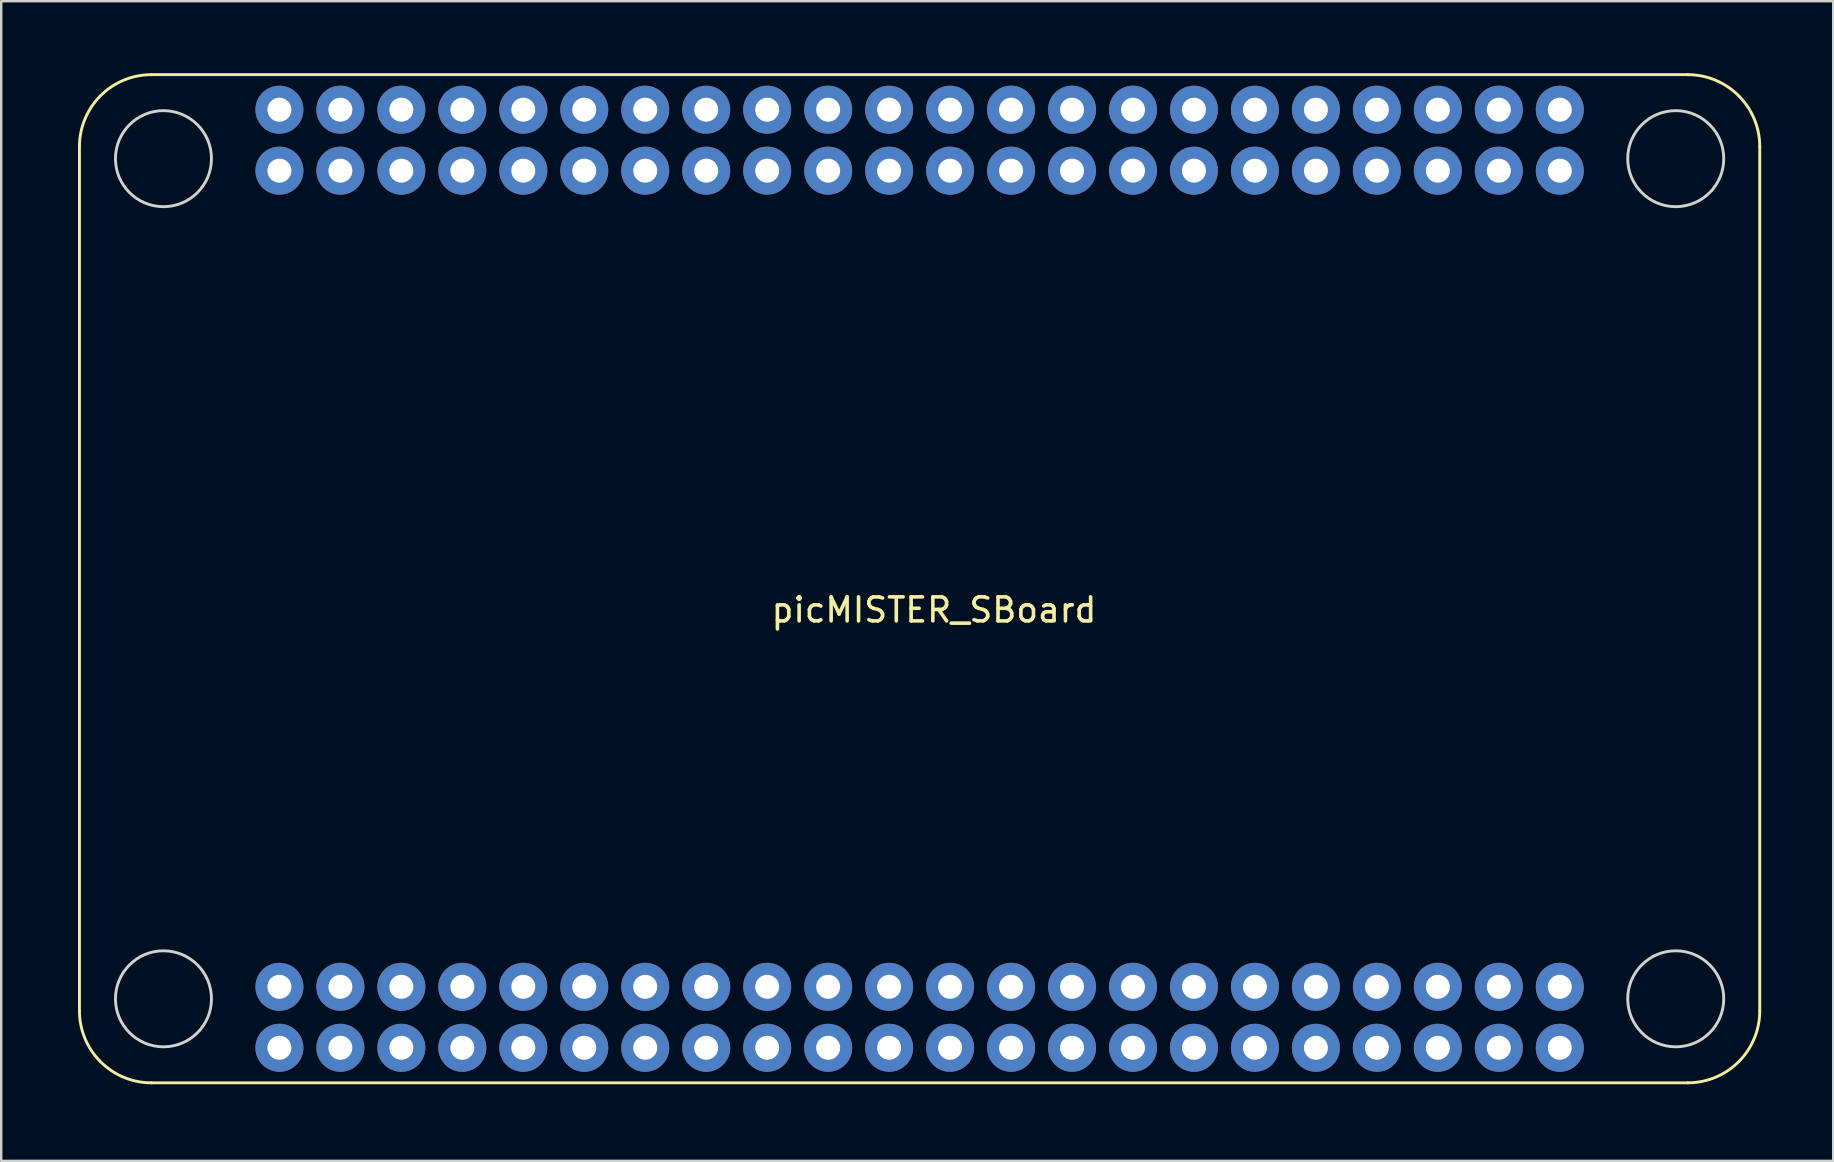
<source format=kicad_pcb>
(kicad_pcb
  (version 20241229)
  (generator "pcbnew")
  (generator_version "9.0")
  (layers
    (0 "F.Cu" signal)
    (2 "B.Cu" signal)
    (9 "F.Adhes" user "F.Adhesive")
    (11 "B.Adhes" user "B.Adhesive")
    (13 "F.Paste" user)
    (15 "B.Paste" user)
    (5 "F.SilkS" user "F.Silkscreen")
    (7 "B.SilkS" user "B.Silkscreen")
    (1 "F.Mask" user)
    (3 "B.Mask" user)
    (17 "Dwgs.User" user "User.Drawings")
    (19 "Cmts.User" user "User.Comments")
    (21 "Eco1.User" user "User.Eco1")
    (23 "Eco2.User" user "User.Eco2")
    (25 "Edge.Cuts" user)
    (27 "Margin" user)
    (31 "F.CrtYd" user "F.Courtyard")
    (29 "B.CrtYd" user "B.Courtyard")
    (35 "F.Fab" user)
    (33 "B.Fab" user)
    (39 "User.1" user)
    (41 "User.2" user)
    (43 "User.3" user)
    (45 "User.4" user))
  (footprint "picMISTER_SBoard"
    (layer "F.Cu")
    (at 0.25 42.06)
    (property "Reference" "picMISTER_SBoard" (at 35.61 -19.7 0) (layer "F.SilkS") (effects (font (size 1 1) (thickness 0.15))))
    (attr through_hole)
    (fp_line (start 0.01 -3) (end 0.01 -39) (stroke (width 0.12) (type solid)) (layer "F.SilkS"))
    (fp_line (start 3.01 -42) (end 67.01 -42) (stroke (width 0.12) (type solid)) (layer "F.SilkS"))
    (fp_line (start 67.01 0) (end 3.01 0) (stroke (width 0.12) (type solid)) (layer "F.SilkS"))
    (fp_line (start 70.01 -39) (end 70.01 -3) (stroke (width 0.12) (type solid)) (layer "F.SilkS"))
    (fp_arc (start 0.01 -39) (mid 0.88868 -41.12132) (end 3.01 -42) (stroke (width 0.12) (type solid)) (layer "F.SilkS"))
    (fp_arc (start 3.01 0) (mid 0.88868 -0.87868) (end 0.01 -3) (stroke (width 0.12) (type solid)) (layer "F.SilkS"))
    (fp_arc (start 67.01 -42) (mid 69.13132 -41.12132) (end 70.01 -39) (stroke (width 0.12) (type solid)) (layer "F.SilkS"))
    (fp_arc (start 70.01 -3) (mid 69.13132 -0.87868) (end 67.01 0) (stroke (width 0.12) (type solid)) (layer "F.SilkS"))
    (fp_circle (center 3.51 -38.5) (end 5.51 -38.5) (stroke (width 0.12) (type solid)) (fill no) (layer "Edge.Cuts"))
    (fp_circle (center 3.51 -3.5) (end 5.51 -3.5) (stroke (width 0.12) (type solid)) (fill no) (layer "Edge.Cuts"))
    (fp_circle (center 66.51 -38.5) (end 68.51 -38.5) (stroke (width 0.12) (type solid)) (fill no) (layer "Edge.Cuts"))
    (fp_circle (center 66.51 -3.5) (end 68.51 -3.5) (stroke (width 0.12) (type solid)) (fill no) (layer "Edge.Cuts"))
    (pad "1" thru_hole circle (at 8.34 -4) (size 2 2) (drill 1) (layers "*.Cu" "*.Mask"))
    (pad "1" thru_hole circle (at 8.34 -1.46) (size 2 2) (drill 1) (layers "*.Cu" "*.Mask"))
    (pad "2" thru_hole circle (at 10.88 -4) (size 2 2) (drill 1) (layers "*.Cu" "*.Mask"))
    (pad "2" thru_hole circle (at 10.88 -1.46) (size 2 2) (drill 1) (layers "*.Cu" "*.Mask"))
    (pad "3" thru_hole circle (at 13.42 -4) (size 2 2) (drill 1) (layers "*.Cu" "*.Mask"))
    (pad "3" thru_hole circle (at 13.42 -1.46) (size 2 2) (drill 1) (layers "*.Cu" "*.Mask"))
    (pad "4" thru_hole circle (at 15.96 -4) (size 2 2) (drill 1) (layers "*.Cu" "*.Mask"))
    (pad "4" thru_hole circle (at 15.96 -1.46) (size 2 2) (drill 1) (layers "*.Cu" "*.Mask"))
    (pad "5" thru_hole circle (at 18.5 -4) (size 2 2) (drill 1) (layers "*.Cu" "*.Mask"))
    (pad "5" thru_hole circle (at 18.5 -1.46) (size 2 2) (drill 1) (layers "*.Cu" "*.Mask"))
    (pad "6" thru_hole circle (at 21.04 -4) (size 2 2) (drill 1) (layers "*.Cu" "*.Mask"))
    (pad "6" thru_hole circle (at 21.04 -1.46) (size 2 2) (drill 1) (layers "*.Cu" "*.Mask"))
    (pad "7" thru_hole circle (at 23.58 -4) (size 2 2) (drill 1) (layers "*.Cu" "*.Mask"))
    (pad "7" thru_hole circle (at 23.58 -1.46) (size 2 2) (drill 1) (layers "*.Cu" "*.Mask"))
    (pad "8" thru_hole circle (at 26.12 -4) (size 2 2) (drill 1) (layers "*.Cu" "*.Mask"))
    (pad "8" thru_hole circle (at 26.12 -1.46) (size 2 2) (drill 1) (layers "*.Cu" "*.Mask"))
    (pad "9" thru_hole circle (at 28.66 -4) (size 2 2) (drill 1) (layers "*.Cu" "*.Mask"))
    (pad "9" thru_hole circle (at 28.66 -1.46) (size 2 2) (drill 1) (layers "*.Cu" "*.Mask"))
    (pad "10" thru_hole circle (at 31.2 -4) (size 2 2) (drill 1) (layers "*.Cu" "*.Mask"))
    (pad "10" thru_hole circle (at 31.2 -1.46) (size 2 2) (drill 1) (layers "*.Cu" "*.Mask"))
    (pad "11" thru_hole circle (at 33.74 -4) (size 2 2) (drill 1) (layers "*.Cu" "*.Mask"))
    (pad "11" thru_hole circle (at 33.74 -1.46) (size 2 2) (drill 1) (layers "*.Cu" "*.Mask"))
    (pad "12" thru_hole circle (at 36.28 -4) (size 2 2) (drill 1) (layers "*.Cu" "*.Mask"))
    (pad "12" thru_hole circle (at 36.28 -1.46) (size 2 2) (drill 1) (layers "*.Cu" "*.Mask"))
    (pad "13" thru_hole circle (at 38.82 -4) (size 2 2) (drill 1) (layers "*.Cu" "*.Mask"))
    (pad "13" thru_hole circle (at 38.82 -1.46) (size 2 2) (drill 1) (layers "*.Cu" "*.Mask"))
    (pad "14" thru_hole circle (at 41.36 -4) (size 2 2) (drill 1) (layers "*.Cu" "*.Mask"))
    (pad "14" thru_hole circle (at 41.36 -1.46) (size 2 2) (drill 1) (layers "*.Cu" "*.Mask"))
    (pad "15" thru_hole circle (at 43.9 -4) (size 2 2) (drill 1) (layers "*.Cu" "*.Mask"))
    (pad "15" thru_hole circle (at 43.9 -1.46) (size 2 2) (drill 1) (layers "*.Cu" "*.Mask"))
    (pad "16" thru_hole circle (at 46.44 -4) (size 2 2) (drill 1) (layers "*.Cu" "*.Mask"))
    (pad "16" thru_hole circle (at 46.44 -1.46) (size 2 2) (drill 1) (layers "*.Cu" "*.Mask"))
    (pad "17" thru_hole circle (at 48.98 -4) (size 2 2) (drill 1) (layers "*.Cu" "*.Mask"))
    (pad "17" thru_hole circle (at 48.98 -1.46) (size 2 2) (drill 1) (layers "*.Cu" "*.Mask"))
    (pad "18" thru_hole circle (at 51.52 -4) (size 2 2) (drill 1) (layers "*.Cu" "*.Mask"))
    (pad "18" thru_hole circle (at 51.52 -1.46) (size 2 2) (drill 1) (layers "*.Cu" "*.Mask"))
    (pad "19" thru_hole circle (at 54.06 -4) (size 2 2) (drill 1) (layers "*.Cu" "*.Mask"))
    (pad "19" thru_hole circle (at 54.06 -1.46) (size 2 2) (drill 1) (layers "*.Cu" "*.Mask"))
    (pad "20" thru_hole circle (at 56.6 -4) (size 2 2) (drill 1) (layers "*.Cu" "*.Mask"))
    (pad "20" thru_hole circle (at 56.6 -1.46) (size 2 2) (drill 1) (layers "*.Cu" "*.Mask"))
    (pad "21" thru_hole circle (at 59.14 -4) (size 2 2) (drill 1) (layers "*.Cu" "*.Mask"))
    (pad "21" thru_hole circle (at 59.14 -1.46) (size 2 2) (drill 1) (layers "*.Cu" "*.Mask"))
    (pad "22" thru_hole circle (at 61.68 -4) (size 2 2) (drill 1) (layers "*.Cu" "*.Mask"))
    (pad "22" thru_hole circle (at 61.68 -1.46) (size 2 2) (drill 1) (layers "*.Cu" "*.Mask"))
    (pad "23" thru_hole circle (at 61.68 -40.54) (size 2 2) (drill 1) (layers "*.Cu" "*.Mask"))
    (pad "23" thru_hole circle (at 61.68 -38) (size 2 2) (drill 1) (layers "*.Cu" "*.Mask"))
    (pad "24" thru_hole circle (at 59.14 -40.54) (size 2 2) (drill 1) (layers "*.Cu" "*.Mask"))
    (pad "24" thru_hole circle (at 59.14 -38) (size 2 2) (drill 1) (layers "*.Cu" "*.Mask"))
    (pad "25" thru_hole circle (at 56.6 -40.54) (size 2 2) (drill 1) (layers "*.Cu" "*.Mask"))
    (pad "25" thru_hole circle (at 56.6 -38) (size 2 2) (drill 1) (layers "*.Cu" "*.Mask"))
    (pad "26" thru_hole circle (at 54.06 -40.54) (size 2 2) (drill 1) (layers "*.Cu" "*.Mask"))
    (pad "26" thru_hole circle (at 54.06 -38) (size 2 2) (drill 1) (layers "*.Cu" "*.Mask"))
    (pad "27" thru_hole circle (at 51.52 -40.54) (size 2 2) (drill 1) (layers "*.Cu" "*.Mask"))
    (pad "27" thru_hole circle (at 51.52 -38) (size 2 2) (drill 1) (layers "*.Cu" "*.Mask"))
    (pad "28" thru_hole circle (at 48.98 -40.54) (size 2 2) (drill 1) (layers "*.Cu" "*.Mask"))
    (pad "28" thru_hole circle (at 48.98 -38) (size 2 2) (drill 1) (layers "*.Cu" "*.Mask"))
    (pad "29" thru_hole circle (at 46.44 -40.54) (size 2 2) (drill 1) (layers "*.Cu" "*.Mask"))
    (pad "29" thru_hole circle (at 46.44 -38) (size 2 2) (drill 1) (layers "*.Cu" "*.Mask"))
    (pad "30" thru_hole circle (at 43.9 -40.54) (size 2 2) (drill 1) (layers "*.Cu" "*.Mask"))
    (pad "30" thru_hole circle (at 43.9 -38) (size 2 2) (drill 1) (layers "*.Cu" "*.Mask"))
    (pad "31" thru_hole circle (at 41.36 -40.54) (size 2 2) (drill 1) (layers "*.Cu" "*.Mask"))
    (pad "31" thru_hole circle (at 41.36 -38) (size 2 2) (drill 1) (layers "*.Cu" "*.Mask"))
    (pad "32" thru_hole circle (at 38.82 -40.54) (size 2 2) (drill 1) (layers "*.Cu" "*.Mask"))
    (pad "32" thru_hole circle (at 38.82 -38) (size 2 2) (drill 1) (layers "*.Cu" "*.Mask"))
    (pad "33" thru_hole circle (at 36.28 -40.54) (size 2 2) (drill 1) (layers "*.Cu" "*.Mask"))
    (pad "33" thru_hole circle (at 36.28 -38) (size 2 2) (drill 1) (layers "*.Cu" "*.Mask"))
    (pad "34" thru_hole circle (at 33.74 -40.54) (size 2 2) (drill 1) (layers "*.Cu" "*.Mask"))
    (pad "34" thru_hole circle (at 33.74 -38) (size 2 2) (drill 1) (layers "*.Cu" "*.Mask"))
    (pad "35" thru_hole circle (at 31.2 -40.54) (size 2 2) (drill 1) (layers "*.Cu" "*.Mask"))
    (pad "35" thru_hole circle (at 31.2 -38) (size 2 2) (drill 1) (layers "*.Cu" "*.Mask"))
    (pad "36" thru_hole circle (at 28.66 -40.54) (size 2 2) (drill 1) (layers "*.Cu" "*.Mask"))
    (pad "36" thru_hole circle (at 28.66 -38) (size 2 2) (drill 1) (layers "*.Cu" "*.Mask"))
    (pad "37" thru_hole circle (at 26.12 -40.54) (size 2 2) (drill 1) (layers "*.Cu" "*.Mask"))
    (pad "37" thru_hole circle (at 26.12 -38) (size 2 2) (drill 1) (layers "*.Cu" "*.Mask"))
    (pad "38" thru_hole circle (at 23.58 -40.54) (size 2 2) (drill 1) (layers "*.Cu" "*.Mask"))
    (pad "38" thru_hole circle (at 23.58 -38) (size 2 2) (drill 1) (layers "*.Cu" "*.Mask"))
    (pad "39" thru_hole circle (at 21.04 -40.54) (size 2 2) (drill 1) (layers "*.Cu" "*.Mask"))
    (pad "39" thru_hole circle (at 21.04 -38) (size 2 2) (drill 1) (layers "*.Cu" "*.Mask"))
    (pad "40" thru_hole circle (at 18.5 -40.54) (size 2 2) (drill 1) (layers "*.Cu" "*.Mask"))
    (pad "40" thru_hole circle (at 18.5 -38) (size 2 2) (drill 1) (layers "*.Cu" "*.Mask"))
    (pad "41" thru_hole circle (at 15.96 -40.54) (size 2 2) (drill 1) (layers "*.Cu" "*.Mask"))
    (pad "41" thru_hole circle (at 15.96 -38) (size 2 2) (drill 1) (layers "*.Cu" "*.Mask"))
    (pad "42" thru_hole circle (at 13.42 -40.54) (size 2 2) (drill 1) (layers "*.Cu" "*.Mask"))
    (pad "42" thru_hole circle (at 13.42 -38) (size 2 2) (drill 1) (layers "*.Cu" "*.Mask"))
    (pad "43" thru_hole circle (at 10.88 -40.54) (size 2 2) (drill 1) (layers "*.Cu" "*.Mask"))
    (pad "43" thru_hole circle (at 10.88 -38) (size 2 2) (drill 1) (layers "*.Cu" "*.Mask"))
    (pad "44" thru_hole circle (at 8.34 -40.54) (size 2 2) (drill 1) (layers "*.Cu" "*.Mask"))
    (pad "44" thru_hole circle (at 8.34 -38) (size 2 2) (drill 1) (layers "*.Cu" "*.Mask")))
  (gr_rect
    (start -3 -3)
    (end 73.32 45.31)
    (stroke (width 0.1) (type default))
    (fill no)
    (layer "Edge.Cuts")))
</source>
